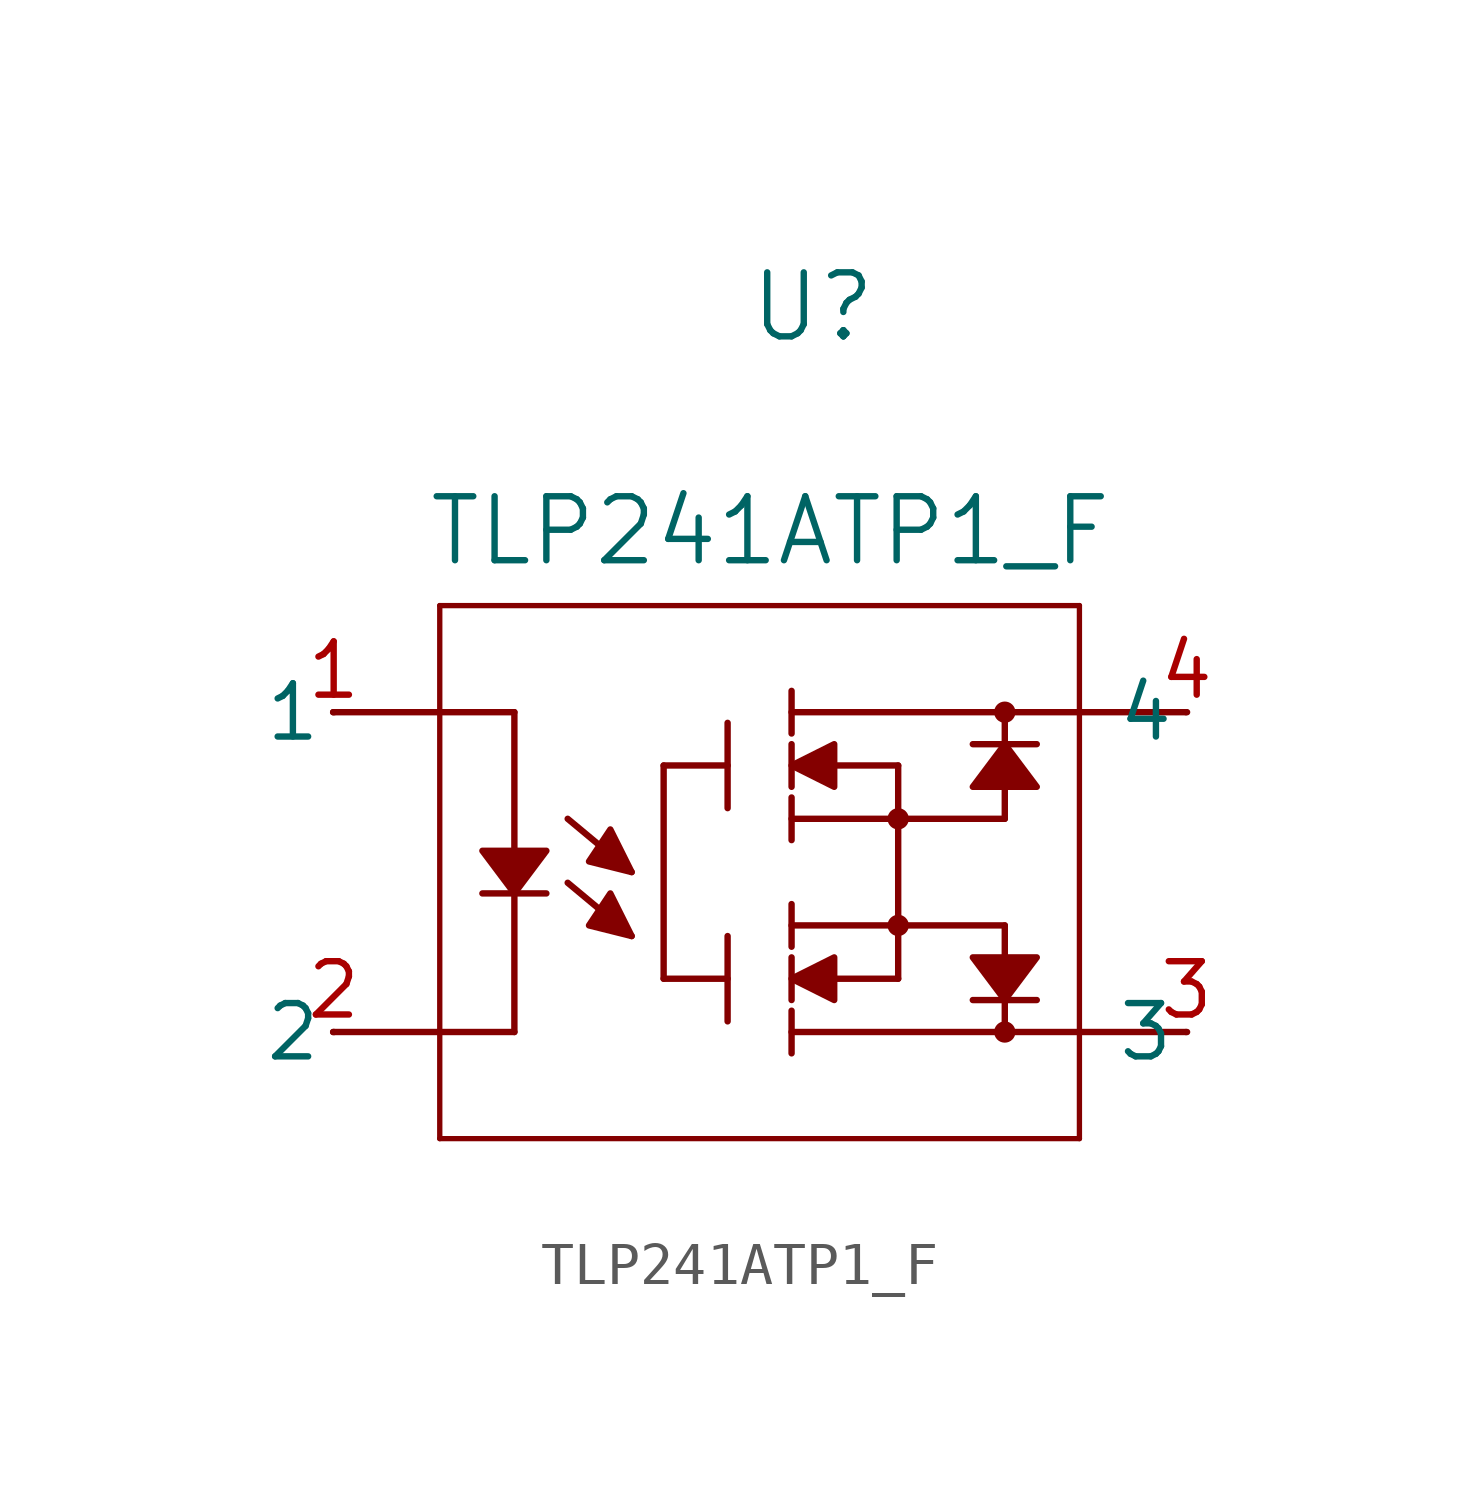
<source format=kicad_sym>
(kicad_symbol_lib
  (version 20231120)
  (generator "kicad_symbol_editor")
  (generator_version "8.0")
  (symbol "TLP241ATP1_F"
    (pin_names
      (offset 0.254))
    (property "Reference" "U"
      (at 8.89 7.112 0)
      (effects (font (size 1.524 1.524))))
    (property "Value" "TLP241ATP1_F"
      (at 7.874 1.778 0)
      (effects (font (size 1.524 1.524))))
    (property "ki_locked" ""
      (at 0 0 0)
      (effects (font (size 1.27 1.27))))
    (symbol "TLP241ATP1_F_0_1"
      (polyline (pts (xy -2.54 -10.16) (xy 0 -10.16)) (stroke (width 0) (type default)) (fill (type none)))
      (polyline (pts (xy -2.54 -2.54) (xy 0 -2.54)) (stroke (width 0) (type default)) (fill (type none)))
      (polyline (pts (xy 0 -12.7) (xy 0 0)) (stroke (width 0.127) (type default)) (fill (type none)))
      (polyline (pts (xy 0 0) (xy 15.24 0)) (stroke (width 0.127) (type default)) (fill (type none)))
      (polyline (pts (xy 1.016 -6.858) (xy 2.54 -6.858)) (stroke (width 0) (type default)) (fill (type none)))
      (polyline (pts (xy 1.778 -10.16) (xy 0 -10.16)) (stroke (width 0) (type default)) (fill (type none)))
      (polyline (pts (xy 1.778 -10.16) (xy 1.778 -6.858)) (stroke (width 0) (type default)) (fill (type none)))
      (polyline (pts (xy 1.778 -2.54) (xy 0 -2.54)) (stroke (width 0) (type default)) (fill (type none)))
      (polyline (pts (xy 1.778 -2.54) (xy 1.778 -5.842)) (stroke (width 0) (type default)) (fill (type none)))
      (polyline (pts (xy 4.572 -7.874) (xy 3.048 -6.604)) (stroke (width 0) (type default)) (fill (type none)))
      (polyline (pts (xy 4.572 -6.35) (xy 3.048 -5.08)) (stroke (width 0) (type default)) (fill (type none)))
      (polyline (pts (xy 5.334 -3.81) (xy 5.334 -8.89)) (stroke (width 0) (type default)) (fill (type none)))
      (polyline (pts (xy 6.858 -8.89) (xy 5.334 -8.89)) (stroke (width 0) (type default)) (fill (type none)))
      (polyline (pts (xy 6.858 -7.874) (xy 6.858 -9.906)) (stroke (width 0) (type default)) (fill (type none)))
      (polyline (pts (xy 6.858 -3.81) (xy 5.334 -3.81)) (stroke (width 0) (type default)) (fill (type none)))
      (polyline (pts (xy 6.858 -2.794) (xy 6.858 -4.826)) (stroke (width 0) (type default)) (fill (type none)))
      (polyline (pts (xy 8.382 -10.16) (xy 15.24 -10.16)) (stroke (width 0) (type default)) (fill (type none)))
      (polyline (pts (xy 8.382 -9.652) (xy 8.382 -10.668)) (stroke (width 0) (type default)) (fill (type none)))
      (polyline (pts (xy 8.382 -8.382) (xy 8.382 -9.398)) (stroke (width 0) (type default)) (fill (type none)))
      (polyline (pts (xy 8.382 -7.62) (xy 13.462 -7.62)) (stroke (width 0) (type default)) (fill (type none)))
      (polyline (pts (xy 8.382 -7.112) (xy 8.382 -8.128)) (stroke (width 0) (type default)) (fill (type none)))
      (polyline (pts (xy 8.382 -5.08) (xy 13.462 -5.08)) (stroke (width 0) (type default)) (fill (type none)))
      (polyline (pts (xy 8.382 -4.572) (xy 8.382 -5.588)) (stroke (width 0) (type default)) (fill (type none)))
      (polyline (pts (xy 8.382 -3.302) (xy 8.382 -4.318)) (stroke (width 0) (type default)) (fill (type none)))
      (polyline (pts (xy 8.382 -2.54) (xy 15.24 -2.54)) (stroke (width 0) (type default)) (fill (type none)))
      (polyline (pts (xy 8.382 -2.032) (xy 8.382 -3.048)) (stroke (width 0) (type default)) (fill (type none)))
      (polyline (pts (xy 9.398 -8.89) (xy 10.922 -8.89)) (stroke (width 0) (type default)) (fill (type none)))
      (polyline (pts (xy 9.398 -3.81) (xy 10.922 -3.81)) (stroke (width 0) (type default)) (fill (type none)))
      (polyline (pts (xy 10.922 -3.81) (xy 10.922 -8.89)) (stroke (width 0) (type default)) (fill (type none)))
      (polyline (pts (xy 12.7 -9.398) (xy 14.224 -9.398)) (stroke (width 0) (type default)) (fill (type none)))
      (polyline (pts (xy 12.7 -3.302) (xy 14.224 -3.302)) (stroke (width 0) (type default)) (fill (type none)))
      (polyline (pts (xy 13.462 -9.398) (xy 13.462 -10.16)) (stroke (width 0) (type default)) (fill (type none)))
      (polyline (pts (xy 13.462 -7.62) (xy 13.462 -8.382)) (stroke (width 0) (type default)) (fill (type none)))
      (polyline (pts (xy 13.462 -4.318) (xy 13.462 -5.08)) (stroke (width 0) (type default)) (fill (type none)))
      (polyline (pts (xy 13.462 -2.54) (xy 13.462 -3.302)) (stroke (width 0) (type default)) (fill (type none)))
      (polyline (pts (xy 15.24 -12.7) (xy 0 -12.7)) (stroke (width 0.127) (type default)) (fill (type none)))
      (polyline (pts (xy 15.24 0) (xy 15.24 -12.7)) (stroke (width 0.127) (type default)) (fill (type none)))
      (polyline (pts (xy 17.78 -10.16) (xy 15.24 -10.16)) (stroke (width 0) (type default)) (fill (type none)))
      (polyline (pts (xy 17.78 -2.54) (xy 15.24 -2.54)) (stroke (width 0) (type default)) (fill (type none)))
      (polyline (pts (xy 1.016 -5.842) (xy 1.016 -5.842) (xy 2.54 -5.842) (xy 1.778 -6.858) (xy 1.016 -5.842)) (stroke (width 0) (type default)) (fill (type outline)))
      (polyline (pts (xy 4.572 -7.874) (xy 4.572 -7.874) (xy 4.064 -6.858) (xy 3.556 -7.62) (xy 4.572 -7.874)) (stroke (width 0) (type default)) (fill (type outline)))
      (polyline (pts (xy 4.572 -6.35) (xy 4.572 -6.35) (xy 4.064 -5.334) (xy 3.556 -6.096) (xy 4.572 -6.35)) (stroke (width 0) (type default)) (fill (type outline)))
      (polyline (pts (xy 8.382 -8.89) (xy 8.382 -8.89) (xy 9.398 -8.382) (xy 9.398 -9.398) (xy 8.382 -8.89)) (stroke (width 0) (type default)) (fill (type outline)))
      (polyline (pts (xy 8.382 -3.81) (xy 8.382 -3.81) (xy 9.398 -3.302) (xy 9.398 -4.318) (xy 8.382 -3.81)) (stroke (width 0) (type default)) (fill (type outline)))
      (polyline (pts (xy 12.7 -8.382) (xy 12.7 -8.382) (xy 14.224 -8.382) (xy 13.462 -9.398) (xy 12.7 -8.382)) (stroke (width 0) (type default)) (fill (type outline)))
      (polyline (pts (xy 13.462 -3.302) (xy 13.462 -3.302) (xy 12.7 -4.318) (xy 14.224 -4.318) (xy 13.462 -3.302)) (stroke (width 0) (type default)) (fill (type outline)))
      (circle (center 10.922 -7.62) (radius 0.127) (stroke (width 0.254) (type default)) (fill (type none)))
      (circle (center 10.922 -5.08) (radius 0.127) (stroke (width 0.254) (type default)) (fill (type none)))
      (circle (center 13.462 -10.16) (radius 0.127) (stroke (width 0.254) (type default)) (fill (type none)))
      (circle (center 13.462 -2.54) (radius 0.127) (stroke (width 0.254) (type default)) (fill (type none)))
      (pin unspecified line (at -2.515 -2.54 180) (length 0.025) (name "1" (effects (font (size 1.27 1.27)))) (number "1" (effects (font (size 1.27 1.27)))))
      (pin unspecified line (at -2.515 -10.16 180) (length 0.025) (name "2" (effects (font (size 1.27 1.27)))) (number "2" (effects (font (size 1.27 1.27)))))
      (pin unspecified line (at 17.805 -10.16 180) (length 0.025) (name "3" (effects (font (size 1.27 1.27)))) (number "3" (effects (font (size 1.27 1.27)))))
      (pin unspecified line (at 17.805 -2.54 180) (length 0.025) (name "4" (effects (font (size 1.27 1.27)))) (number "4" (effects (font (size 1.27 1.27))))))))
</source>
